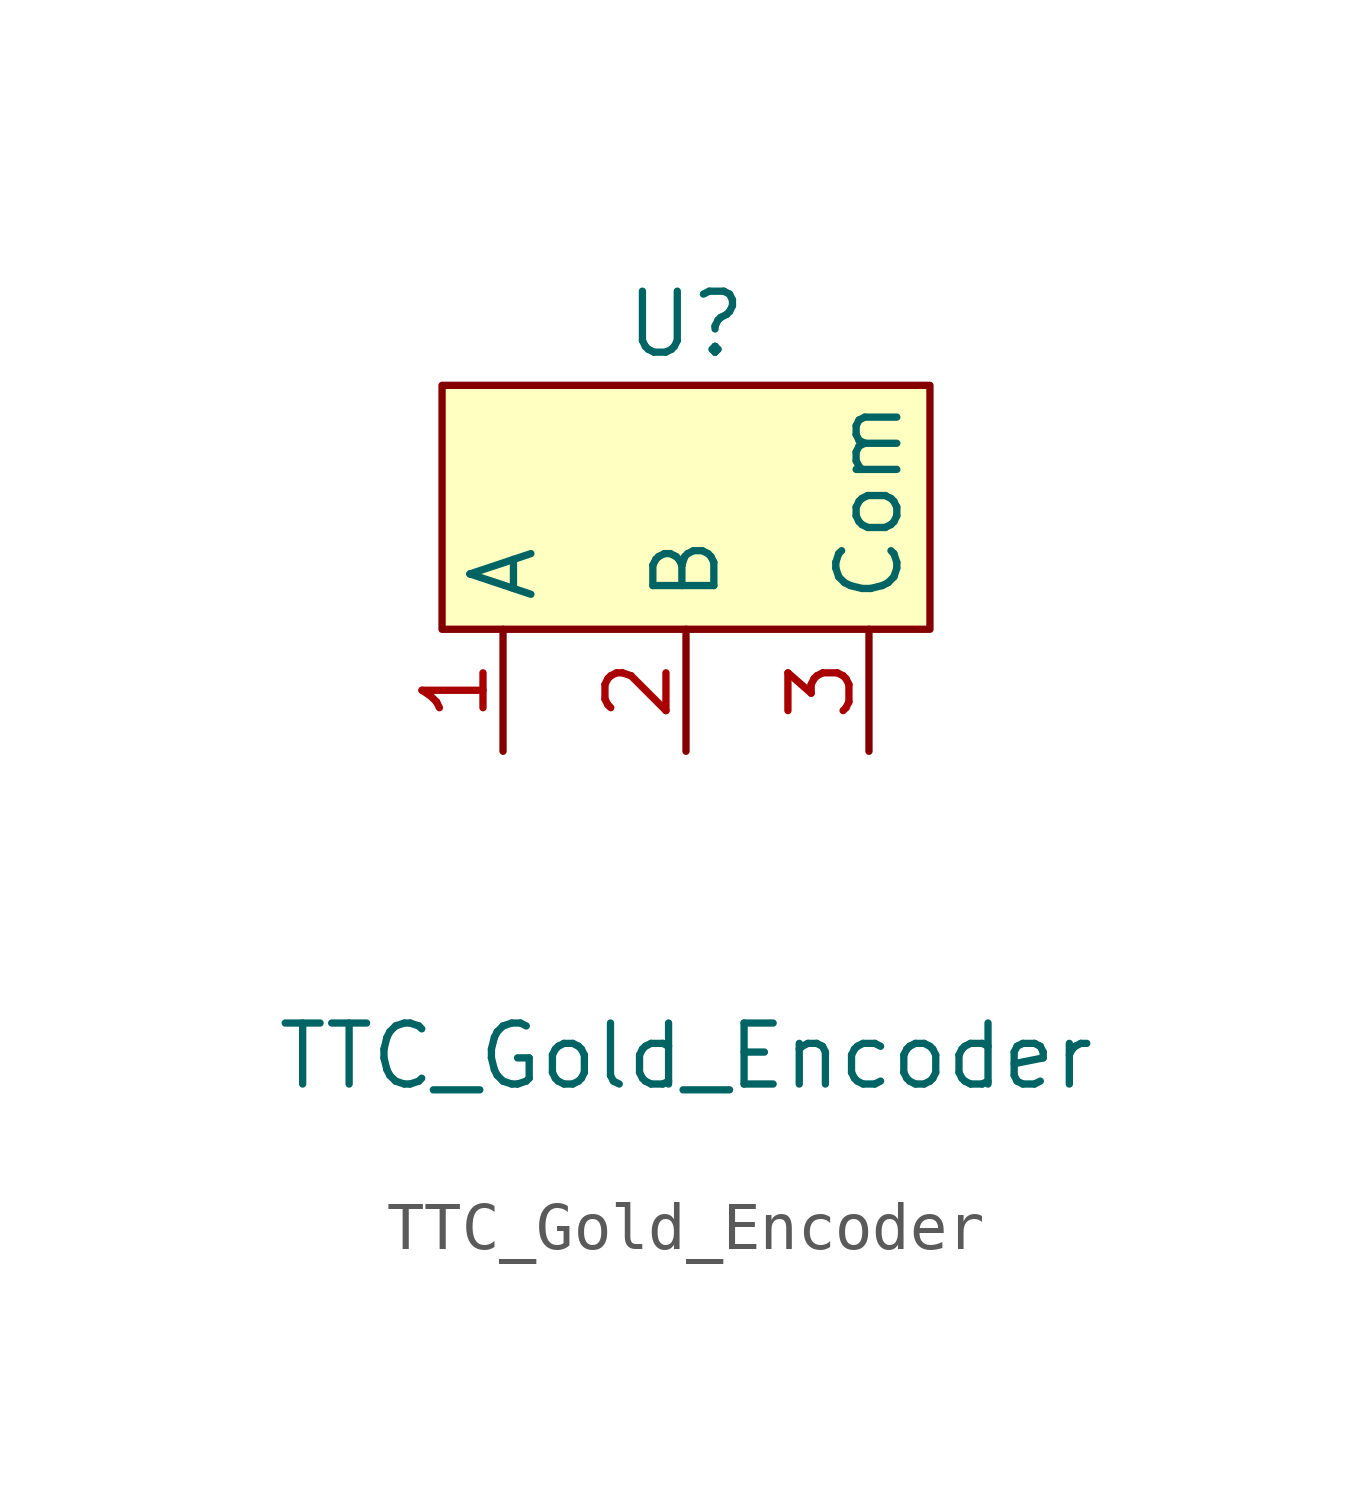
<source format=kicad_sym>
(kicad_symbol_lib
  (version 20231120)
  (generator "kicad_symbol_editor")
  (generator_version "8.0")
  (symbol "TTC_Gold_Encoder"
    (property "Reference" "U"
      (at 0 3.81 0)
      (effects (font (size 1.27 1.27))))
    (property "Value" "TTC_Gold_Encoder"
      (at 0 -11.43 0)
      (effects (font (size 1.27 1.27))))
    (symbol "TTC_Gold_Encoder_0_1"
      (rectangle (start -5.08 2.54) (end 5.08 -2.54) (stroke (width 0) (type default)) (fill (type background))))
    (symbol "TTC_Gold_Encoder_1_1"
      (pin input line (at -3.81 -5.08 90) (length 2.54) (name "A" (effects (font (size 1.27 1.27)))) (number "1" (effects (font (size 1.27 1.27)))))
      (pin input line (at 0 -5.08 90) (length 2.54) (name "B" (effects (font (size 1.27 1.27)))) (number "2" (effects (font (size 1.27 1.27)))))
      (pin input line (at 3.81 -5.08 90) (length 2.54) (name "Com" (effects (font (size 1.27 1.27)))) (number "3" (effects (font (size 1.27 1.27))))))))
</source>
